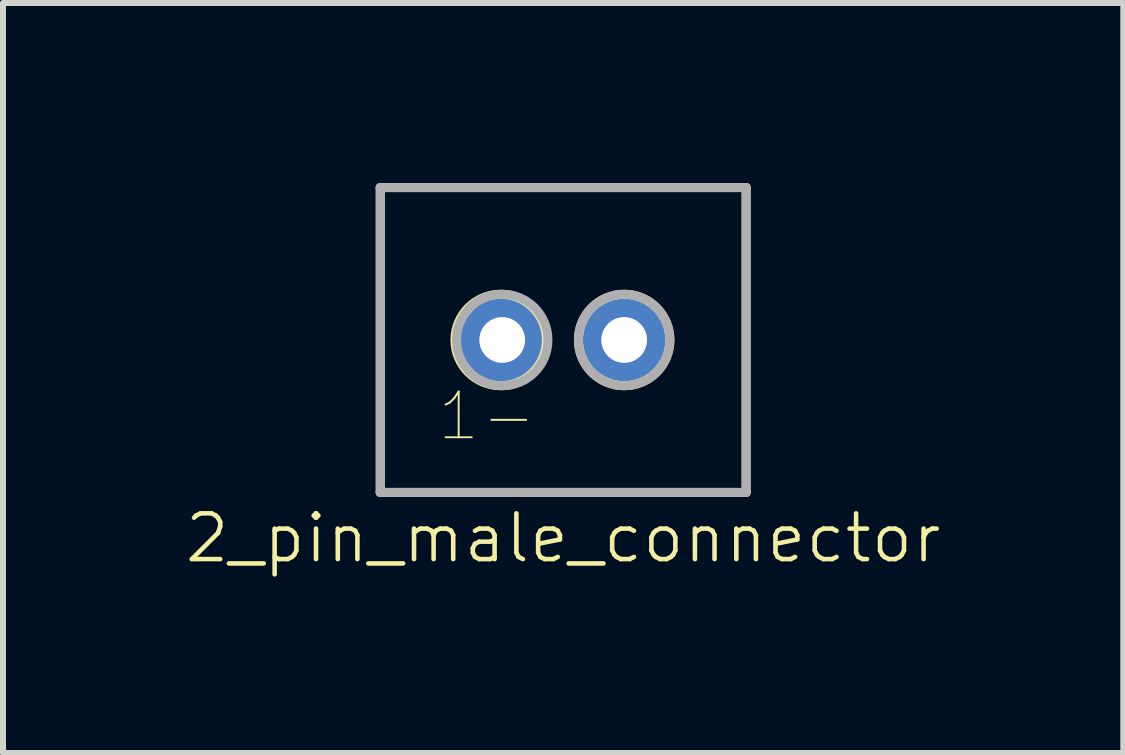
<source format=kicad_pcb>
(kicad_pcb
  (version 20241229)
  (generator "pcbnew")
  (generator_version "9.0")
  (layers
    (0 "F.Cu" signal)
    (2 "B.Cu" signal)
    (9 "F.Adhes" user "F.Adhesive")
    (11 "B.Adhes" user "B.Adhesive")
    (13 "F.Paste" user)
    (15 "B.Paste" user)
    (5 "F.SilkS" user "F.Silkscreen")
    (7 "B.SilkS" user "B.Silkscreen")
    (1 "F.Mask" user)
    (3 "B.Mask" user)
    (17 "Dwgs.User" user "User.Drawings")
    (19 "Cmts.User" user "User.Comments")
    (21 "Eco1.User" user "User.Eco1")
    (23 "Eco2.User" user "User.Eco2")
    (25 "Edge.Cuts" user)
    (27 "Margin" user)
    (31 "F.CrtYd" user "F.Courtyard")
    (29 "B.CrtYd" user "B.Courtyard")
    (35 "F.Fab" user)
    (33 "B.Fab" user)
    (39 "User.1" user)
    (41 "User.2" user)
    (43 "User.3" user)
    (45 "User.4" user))
  (footprint "2_pin_male_connector"
    (layer "F.Cu")
    (at 6.334 2.615)
    (property "Reference" "2_pin_male_connector" (at 0 3.302 0) (layer "F.SilkS") (effects (font (size 0.762 0.762) (thickness 0.076))))
    (attr through_hole)
    (fp_line (start -3.048 -2.54) (end 3.048 -2.54) (stroke (width 0.15) (type solid)) (layer "F.SilkS"))
    (fp_line (start -3.048 2.54) (end -3.048 -2.54) (stroke (width 0.15) (type solid)) (layer "F.SilkS"))
    (fp_line (start 3.048 -2.54) (end 3.048 2.54) (stroke (width 0.15) (type solid)) (layer "F.SilkS"))
    (fp_line (start 3.048 2.54) (end -3.048 2.54) (stroke (width 0.15) (type solid)) (layer "F.SilkS"))
    (fp_circle (center -1.041 0) (end -1.041 -0.762) (stroke (width 0.15) (type solid)) (fill no) (layer "F.SilkS"))
    (fp_circle (center 1.016 0) (end 1.016 -0.762) (stroke (width 0.15) (type solid)) (fill no) (layer "F.SilkS"))
    (fp_line (start -3.048 -2.54) (end 3.048 -2.54) (stroke (width 0.15) (type solid)) (layer "F.Fab"))
    (fp_line (start -3.048 2.54) (end -3.048 -2.54) (stroke (width 0.15) (type solid)) (layer "F.Fab"))
    (fp_line (start 3.048 -2.54) (end 3.048 2.54) (stroke (width 0.15) (type solid)) (layer "F.Fab"))
    (fp_line (start 3.048 2.54) (end -3.048 2.54) (stroke (width 0.15) (type solid)) (layer "F.Fab"))
    (fp_circle (center -1.016 0) (end -1.016 -0.762) (stroke (width 0.15) (type solid)) (fill no) (layer "F.Fab"))
    (fp_circle (center 1.016 0) (end 1.016 -0.762) (stroke (width 0.15) (type solid)) (fill no) (layer "F.Fab"))
    (fp_text user "1-" (at -1.27 1.27 0) (layer "F.SilkS") (effects (font (size 0.762 0.762) (thickness 0.032))))
    (pad "1" thru_hole circle (at -1.016 0) (size 1.524 1.524) (drill 0.762) (layers "*.Cu" "*.Mask"))
    (pad "2" thru_hole circle (at 1.016 0) (size 1.524 1.524) (drill 0.762) (layers "*.Cu" "*.Mask")))
  (gr_rect
    (start -3 -3)
    (end 15.667 9.497)
    (stroke (width 0.1) (type default))
    (fill no)
    (layer "Edge.Cuts")))
</source>
